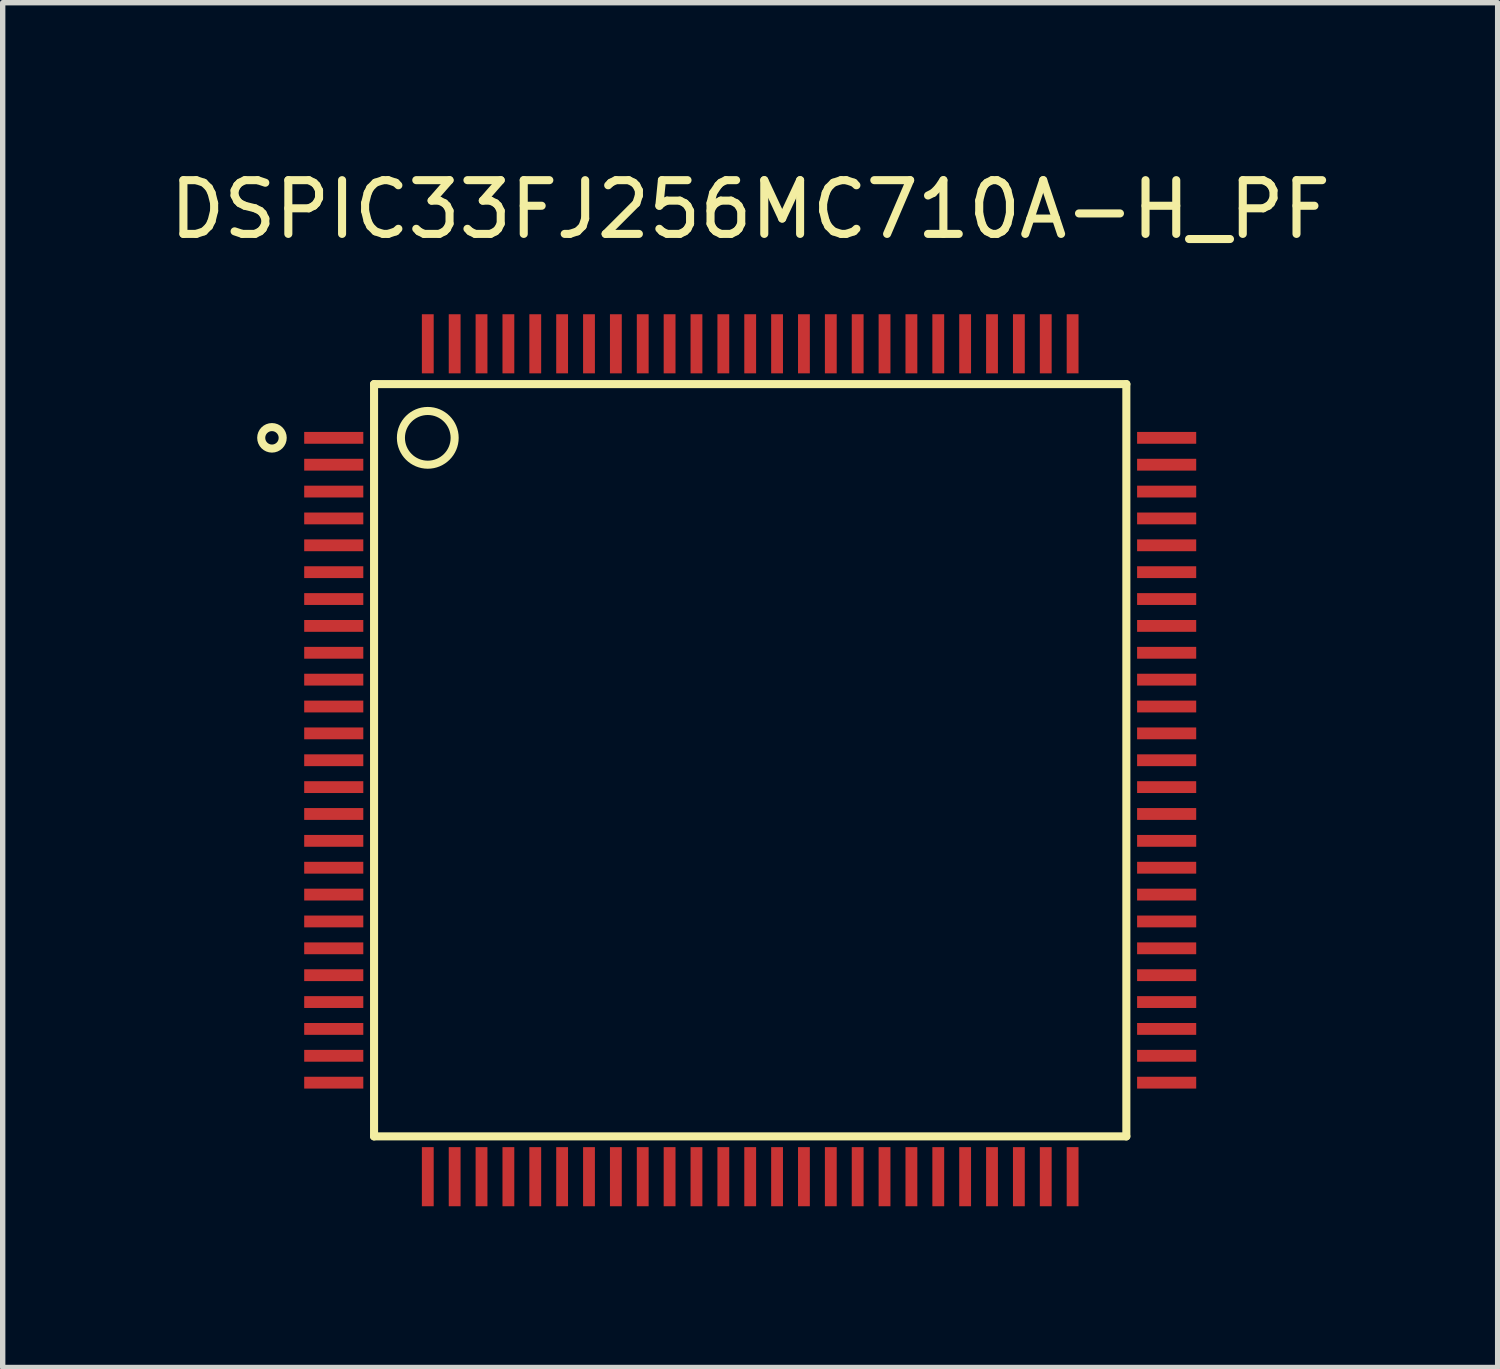
<source format=kicad_pcb>
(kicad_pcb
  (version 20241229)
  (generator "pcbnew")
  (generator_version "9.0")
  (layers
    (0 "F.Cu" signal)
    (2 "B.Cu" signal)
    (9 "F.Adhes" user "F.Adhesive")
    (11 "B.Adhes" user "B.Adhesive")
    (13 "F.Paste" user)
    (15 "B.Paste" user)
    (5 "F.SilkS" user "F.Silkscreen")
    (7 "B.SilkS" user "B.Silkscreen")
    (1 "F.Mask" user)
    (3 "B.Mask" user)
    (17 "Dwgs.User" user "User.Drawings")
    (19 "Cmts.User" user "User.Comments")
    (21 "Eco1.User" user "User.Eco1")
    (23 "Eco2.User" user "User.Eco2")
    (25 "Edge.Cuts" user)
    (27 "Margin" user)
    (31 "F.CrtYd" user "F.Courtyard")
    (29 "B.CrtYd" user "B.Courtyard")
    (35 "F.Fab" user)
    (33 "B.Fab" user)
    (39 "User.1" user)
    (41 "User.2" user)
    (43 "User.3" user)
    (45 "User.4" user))
  (footprint "DSPIC33FJ256MC710A-H_PF"
    (layer "F.Cu")
    (at 3.161 3.348)
    (property "Reference" "DSPIC33FJ256MC710A-H_PF" (at 7.75 -2.5 0) (layer "F.SilkS") (effects (font (size 1 1) (thickness 0.15))))
    (attr through_hole)
    (fp_line (start 0.75 0.75) (end 0.75 14.75) (stroke (width 0.15) (type solid)) (layer "F.SilkS"))
    (fp_line (start 0.75 0.75) (end 14.75 0.75) (stroke (width 0.15) (type solid)) (layer "F.SilkS"))
    (fp_line (start 0.75 14.75) (end 14.75 14.75) (stroke (width 0.15) (type solid)) (layer "F.SilkS"))
    (fp_line (start 14.75 14.75) (end 14.75 0.75) (stroke (width 0.15) (type solid)) (layer "F.SilkS"))
    (fp_circle (center -1.15 1.75) (end -1.15 1.55) (stroke (width 0.15) (type solid)) (fill no) (layer "F.SilkS"))
    (fp_circle (center 1.75 1.75) (end 1.75 1.25) (stroke (width 0.15) (type solid)) (fill no) (layer "F.SilkS"))
    (pad "1" smd rect (at 0 1.75) (size 1.1 0.22) (layers "F.Cu" "F.Mask" "F.Paste"))
    (pad "2" smd rect (at 0 2.25) (size 1.1 0.22) (layers "F.Cu" "F.Mask" "F.Paste"))
    (pad "3" smd rect (at 0 2.75) (size 1.1 0.22) (layers "F.Cu" "F.Mask" "F.Paste"))
    (pad "4" smd rect (at 0 3.25) (size 1.1 0.22) (layers "F.Cu" "F.Mask" "F.Paste"))
    (pad "5" smd rect (at 0 3.75) (size 1.1 0.22) (layers "F.Cu" "F.Mask" "F.Paste"))
    (pad "6" smd rect (at 0 4.25) (size 1.1 0.22) (layers "F.Cu" "F.Mask" "F.Paste"))
    (pad "7" smd rect (at 0 4.75) (size 1.1 0.22) (layers "F.Cu" "F.Mask" "F.Paste"))
    (pad "8" smd rect (at 0 5.25) (size 1.1 0.22) (layers "F.Cu" "F.Mask" "F.Paste"))
    (pad "9" smd rect (at 0 5.75) (size 1.1 0.22) (layers "F.Cu" "F.Mask" "F.Paste"))
    (pad "10" smd rect (at 0 6.25) (size 1.1 0.22) (layers "F.Cu" "F.Mask" "F.Paste"))
    (pad "11" smd rect (at 0 6.75) (size 1.1 0.22) (layers "F.Cu" "F.Mask" "F.Paste"))
    (pad "12" smd rect (at 0 7.25) (size 1.1 0.22) (layers "F.Cu" "F.Mask" "F.Paste"))
    (pad "13" smd rect (at 0 7.75) (size 1.1 0.22) (layers "F.Cu" "F.Mask" "F.Paste"))
    (pad "14" smd rect (at 0 8.25) (size 1.1 0.22) (layers "F.Cu" "F.Mask" "F.Paste"))
    (pad "15" smd rect (at 0 8.75) (size 1.1 0.22) (layers "F.Cu" "F.Mask" "F.Paste"))
    (pad "16" smd rect (at 0 9.25) (size 1.1 0.22) (layers "F.Cu" "F.Mask" "F.Paste"))
    (pad "17" smd rect (at 0 9.75) (size 1.1 0.22) (layers "F.Cu" "F.Mask" "F.Paste"))
    (pad "18" smd rect (at 0 10.25) (size 1.1 0.22) (layers "F.Cu" "F.Mask" "F.Paste"))
    (pad "19" smd rect (at 0 10.75) (size 1.1 0.22) (layers "F.Cu" "F.Mask" "F.Paste"))
    (pad "20" smd rect (at 0 11.25) (size 1.1 0.22) (layers "F.Cu" "F.Mask" "F.Paste"))
    (pad "21" smd rect (at 0 11.75) (size 1.1 0.22) (layers "F.Cu" "F.Mask" "F.Paste"))
    (pad "22" smd rect (at 0 12.25) (size 1.1 0.22) (layers "F.Cu" "F.Mask" "F.Paste"))
    (pad "23" smd rect (at 0 12.75) (size 1.1 0.22) (layers "F.Cu" "F.Mask" "F.Paste"))
    (pad "24" smd rect (at 0 13.25) (size 1.1 0.22) (layers "F.Cu" "F.Mask" "F.Paste"))
    (pad "25" smd rect (at 0 13.75) (size 1.1 0.22) (layers "F.Cu" "F.Mask" "F.Paste"))
    (pad "26" smd rect (at 1.75 15.5) (size 0.22 1.1) (layers "F.Cu" "F.Mask" "F.Paste"))
    (pad "27" smd rect (at 2.25 15.5) (size 0.22 1.1) (layers "F.Cu" "F.Mask" "F.Paste"))
    (pad "28" smd rect (at 2.75 15.5) (size 0.22 1.1) (layers "F.Cu" "F.Mask" "F.Paste"))
    (pad "29" smd rect (at 3.25 15.5) (size 0.22 1.1) (layers "F.Cu" "F.Mask" "F.Paste"))
    (pad "30" smd rect (at 3.75 15.5) (size 0.22 1.1) (layers "F.Cu" "F.Mask" "F.Paste"))
    (pad "31" smd rect (at 4.25 15.5) (size 0.22 1.1) (layers "F.Cu" "F.Mask" "F.Paste"))
    (pad "32" smd rect (at 4.75 15.5) (size 0.22 1.1) (layers "F.Cu" "F.Mask" "F.Paste"))
    (pad "33" smd rect (at 5.25 15.5) (size 0.22 1.1) (layers "F.Cu" "F.Mask" "F.Paste"))
    (pad "34" smd rect (at 5.75 15.5) (size 0.22 1.1) (layers "F.Cu" "F.Mask" "F.Paste"))
    (pad "35" smd rect (at 6.25 15.5) (size 0.22 1.1) (layers "F.Cu" "F.Mask" "F.Paste"))
    (pad "36" smd rect (at 6.75 15.5) (size 0.22 1.1) (layers "F.Cu" "F.Mask" "F.Paste"))
    (pad "37" smd rect (at 7.25 15.5) (size 0.22 1.1) (layers "F.Cu" "F.Mask" "F.Paste"))
    (pad "38" smd rect (at 7.75 15.5) (size 0.22 1.1) (layers "F.Cu" "F.Mask" "F.Paste"))
    (pad "39" smd rect (at 8.25 15.5) (size 0.22 1.1) (layers "F.Cu" "F.Mask" "F.Paste"))
    (pad "40" smd rect (at 8.75 15.5) (size 0.22 1.1) (layers "F.Cu" "F.Mask" "F.Paste"))
    (pad "41" smd rect (at 9.25 15.5) (size 0.22 1.1) (layers "F.Cu" "F.Mask" "F.Paste"))
    (pad "42" smd rect (at 9.75 15.5) (size 0.22 1.1) (layers "F.Cu" "F.Mask" "F.Paste"))
    (pad "43" smd rect (at 10.25 15.5) (size 0.22 1.1) (layers "F.Cu" "F.Mask" "F.Paste"))
    (pad "44" smd rect (at 10.75 15.5) (size 0.22 1.1) (layers "F.Cu" "F.Mask" "F.Paste"))
    (pad "45" smd rect (at 11.25 15.5) (size 0.22 1.1) (layers "F.Cu" "F.Mask" "F.Paste"))
    (pad "46" smd rect (at 11.75 15.5) (size 0.22 1.1) (layers "F.Cu" "F.Mask" "F.Paste"))
    (pad "47" smd rect (at 12.25 15.5) (size 0.22 1.1) (layers "F.Cu" "F.Mask" "F.Paste"))
    (pad "48" smd rect (at 12.75 15.5) (size 0.22 1.1) (layers "F.Cu" "F.Mask" "F.Paste"))
    (pad "49" smd rect (at 13.25 15.5) (size 0.22 1.1) (layers "F.Cu" "F.Mask" "F.Paste"))
    (pad "50" smd rect (at 13.75 15.5) (size 0.22 1.1) (layers "F.Cu" "F.Mask" "F.Paste"))
    (pad "51" smd rect (at 15.5 13.75) (size 1.1 0.22) (layers "F.Cu" "F.Mask" "F.Paste"))
    (pad "52" smd rect (at 15.5 13.25) (size 1.1 0.22) (layers "F.Cu" "F.Mask" "F.Paste"))
    (pad "53" smd rect (at 15.5 12.75) (size 1.1 0.22) (layers "F.Cu" "F.Mask" "F.Paste"))
    (pad "54" smd rect (at 15.5 12.25) (size 1.1 0.22) (layers "F.Cu" "F.Mask" "F.Paste"))
    (pad "55" smd rect (at 15.5 11.75) (size 1.1 0.22) (layers "F.Cu" "F.Mask" "F.Paste"))
    (pad "56" smd rect (at 15.5 11.25) (size 1.1 0.22) (layers "F.Cu" "F.Mask" "F.Paste"))
    (pad "57" smd rect (at 15.5 10.75) (size 1.1 0.22) (layers "F.Cu" "F.Mask" "F.Paste"))
    (pad "58" smd rect (at 15.5 10.25) (size 1.1 0.22) (layers "F.Cu" "F.Mask" "F.Paste"))
    (pad "59" smd rect (at 15.5 9.75) (size 1.1 0.22) (layers "F.Cu" "F.Mask" "F.Paste"))
    (pad "60" smd rect (at 15.5 9.25) (size 1.1 0.22) (layers "F.Cu" "F.Mask" "F.Paste"))
    (pad "61" smd rect (at 15.5 8.75) (size 1.1 0.22) (layers "F.Cu" "F.Mask" "F.Paste"))
    (pad "62" smd rect (at 15.5 8.25) (size 1.1 0.22) (layers "F.Cu" "F.Mask" "F.Paste"))
    (pad "63" smd rect (at 15.5 7.75) (size 1.1 0.22) (layers "F.Cu" "F.Mask" "F.Paste"))
    (pad "64" smd rect (at 15.5 7.25) (size 1.1 0.22) (layers "F.Cu" "F.Mask" "F.Paste"))
    (pad "65" smd rect (at 15.5 6.75) (size 1.1 0.22) (layers "F.Cu" "F.Mask" "F.Paste"))
    (pad "66" smd rect (at 15.5 6.25) (size 1.1 0.22) (layers "F.Cu" "F.Mask" "F.Paste"))
    (pad "67" smd rect (at 15.5 5.75) (size 1.1 0.22) (layers "F.Cu" "F.Mask" "F.Paste"))
    (pad "68" smd rect (at 15.5 5.25) (size 1.1 0.22) (layers "F.Cu" "F.Mask" "F.Paste"))
    (pad "69" smd rect (at 15.5 4.75) (size 1.1 0.22) (layers "F.Cu" "F.Mask" "F.Paste"))
    (pad "70" smd rect (at 15.5 4.25) (size 1.1 0.22) (layers "F.Cu" "F.Mask" "F.Paste"))
    (pad "71" smd rect (at 15.5 3.75) (size 1.1 0.22) (layers "F.Cu" "F.Mask" "F.Paste"))
    (pad "72" smd rect (at 15.5 3.25) (size 1.1 0.22) (layers "F.Cu" "F.Mask" "F.Paste"))
    (pad "73" smd rect (at 15.5 2.75) (size 1.1 0.22) (layers "F.Cu" "F.Mask" "F.Paste"))
    (pad "74" smd rect (at 15.5 2.25) (size 1.1 0.22) (layers "F.Cu" "F.Mask" "F.Paste"))
    (pad "75" smd rect (at 15.5 1.75) (size 1.1 0.22) (layers "F.Cu" "F.Mask" "F.Paste"))
    (pad "76" smd rect (at 13.75 0) (size 0.22 1.1) (layers "F.Cu" "F.Mask" "F.Paste"))
    (pad "77" smd rect (at 13.25 0) (size 0.22 1.1) (layers "F.Cu" "F.Mask" "F.Paste"))
    (pad "78" smd rect (at 12.75 0) (size 0.22 1.1) (layers "F.Cu" "F.Mask" "F.Paste"))
    (pad "79" smd rect (at 12.25 0) (size 0.22 1.1) (layers "F.Cu" "F.Mask" "F.Paste"))
    (pad "80" smd rect (at 11.75 0) (size 0.22 1.1) (layers "F.Cu" "F.Mask" "F.Paste"))
    (pad "81" smd rect (at 11.25 0) (size 0.22 1.1) (layers "F.Cu" "F.Mask" "F.Paste"))
    (pad "82" smd rect (at 10.75 0) (size 0.22 1.1) (layers "F.Cu" "F.Mask" "F.Paste"))
    (pad "83" smd rect (at 10.25 0) (size 0.22 1.1) (layers "F.Cu" "F.Mask" "F.Paste"))
    (pad "84" smd rect (at 9.75 0) (size 0.22 1.1) (layers "F.Cu" "F.Mask" "F.Paste"))
    (pad "85" smd rect (at 9.25 0) (size 0.22 1.1) (layers "F.Cu" "F.Mask" "F.Paste"))
    (pad "86" smd rect (at 8.75 0) (size 0.22 1.1) (layers "F.Cu" "F.Mask" "F.Paste"))
    (pad "87" smd rect (at 8.25 0) (size 0.22 1.1) (layers "F.Cu" "F.Mask" "F.Paste"))
    (pad "88" smd rect (at 7.75 0) (size 0.22 1.1) (layers "F.Cu" "F.Mask" "F.Paste"))
    (pad "89" smd rect (at 7.25 0) (size 0.22 1.1) (layers "F.Cu" "F.Mask" "F.Paste"))
    (pad "90" smd rect (at 6.75 0) (size 0.22 1.1) (layers "F.Cu" "F.Mask" "F.Paste"))
    (pad "91" smd rect (at 6.25 0) (size 0.22 1.1) (layers "F.Cu" "F.Mask" "F.Paste"))
    (pad "92" smd rect (at 5.75 0) (size 0.22 1.1) (layers "F.Cu" "F.Mask" "F.Paste"))
    (pad "93" smd rect (at 5.25 0) (size 0.22 1.1) (layers "F.Cu" "F.Mask" "F.Paste"))
    (pad "94" smd rect (at 4.75 0) (size 0.22 1.1) (layers "F.Cu" "F.Mask" "F.Paste"))
    (pad "95" smd rect (at 4.25 0) (size 0.22 1.1) (layers "F.Cu" "F.Mask" "F.Paste"))
    (pad "96" smd rect (at 3.75 0) (size 0.22 1.1) (layers "F.Cu" "F.Mask" "F.Paste"))
    (pad "97" smd rect (at 3.25 0) (size 0.22 1.1) (layers "F.Cu" "F.Mask" "F.Paste"))
    (pad "98" smd rect (at 2.75 0) (size 0.22 1.1) (layers "F.Cu" "F.Mask" "F.Paste"))
    (pad "99" smd rect (at 2.25 0) (size 0.22 1.1) (layers "F.Cu" "F.Mask" "F.Paste"))
    (pad "100" smd rect (at 1.75 0) (size 0.22 1.1) (layers "F.Cu" "F.Mask" "F.Paste")))
  (gr_rect
    (start -3 -3)
    (end 24.821 22.398)
    (stroke (width 0.1) (type default))
    (fill no)
    (layer "Edge.Cuts")))
</source>
